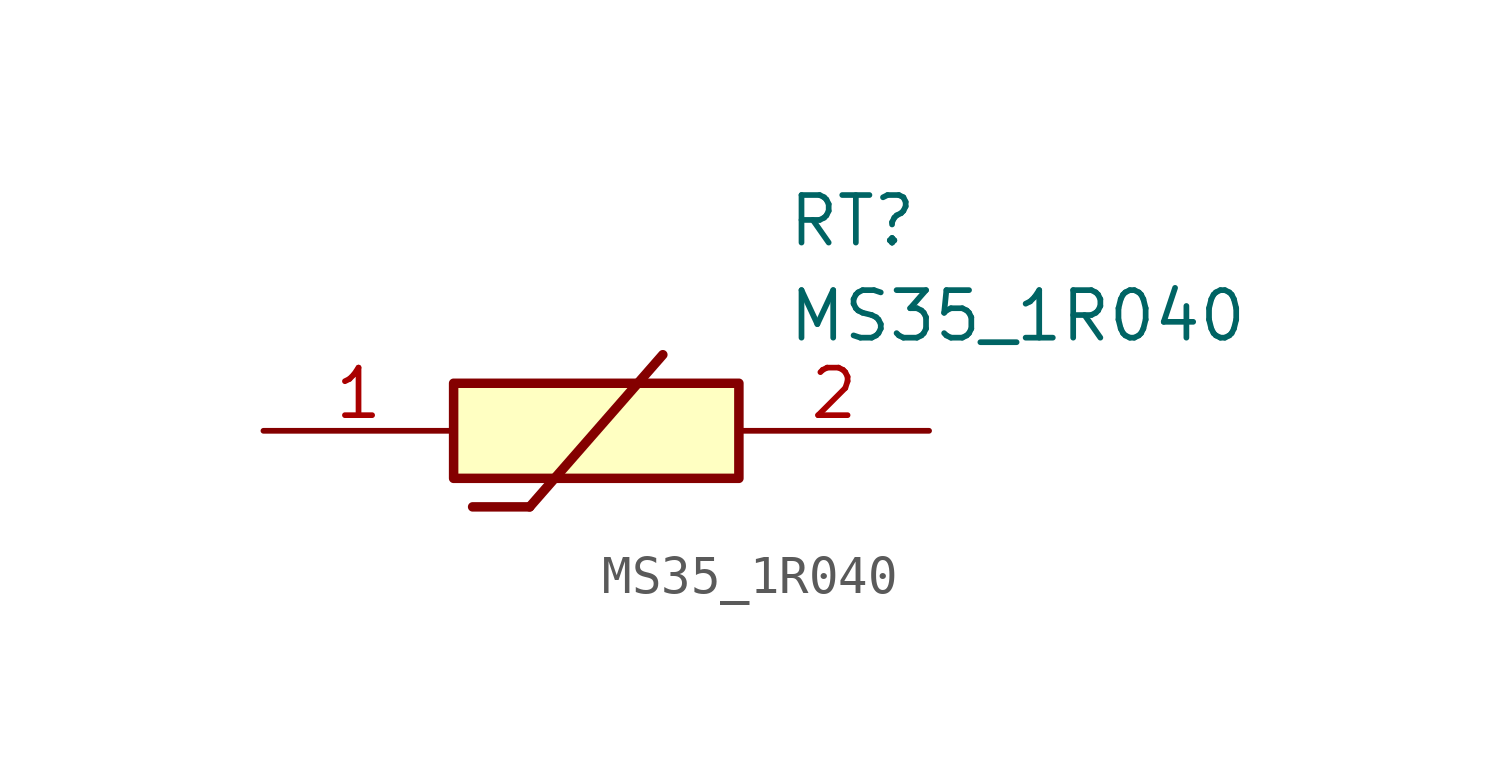
<source format=kicad_sym>
(kicad_symbol_lib
  (version 20211014)
  (generator SamacSys_ECAD_Model)
  (symbol "MS35_1R040"
    (pin_names hide)
    (property "Reference" "RT"
      (at 13.97 6.35 0)
      (effects (font (size 1.27 1.27)) (justify left top)))
    (property "Value" "MS35_1R040"
      (at 13.97 3.81 0)
      (effects (font (size 1.27 1.27)) (justify left top)))
    (rectangle
      (start 5.08 1.27)
      (end 12.7 -1.27)
      (stroke (width 0.254) (type default))
      (fill (type background)))
    (polyline
      (pts (xy 5.588 -2.032) (xy 7.112 -2.032))
      (stroke (width 0.254) (type default))
      (fill (type none)))
    (polyline
      (pts (xy 10.668 2.032) (xy 7.112 -2.032))
      (stroke (width 0.254) (type default))
      (fill (type none)))
    (pin passive line
      (at 0 0 0)
      (length 5.08)
      (name "1" (effects (font (size 1.27 1.27))))
      (number "1" (effects (font (size 1.27 1.27)))))
    (pin passive line
      (at 17.78 0 180)
      (length 5.08)
      (name "2" (effects (font (size 1.27 1.27))))
      (number "2" (effects (font (size 1.27 1.27)))))))
</source>
